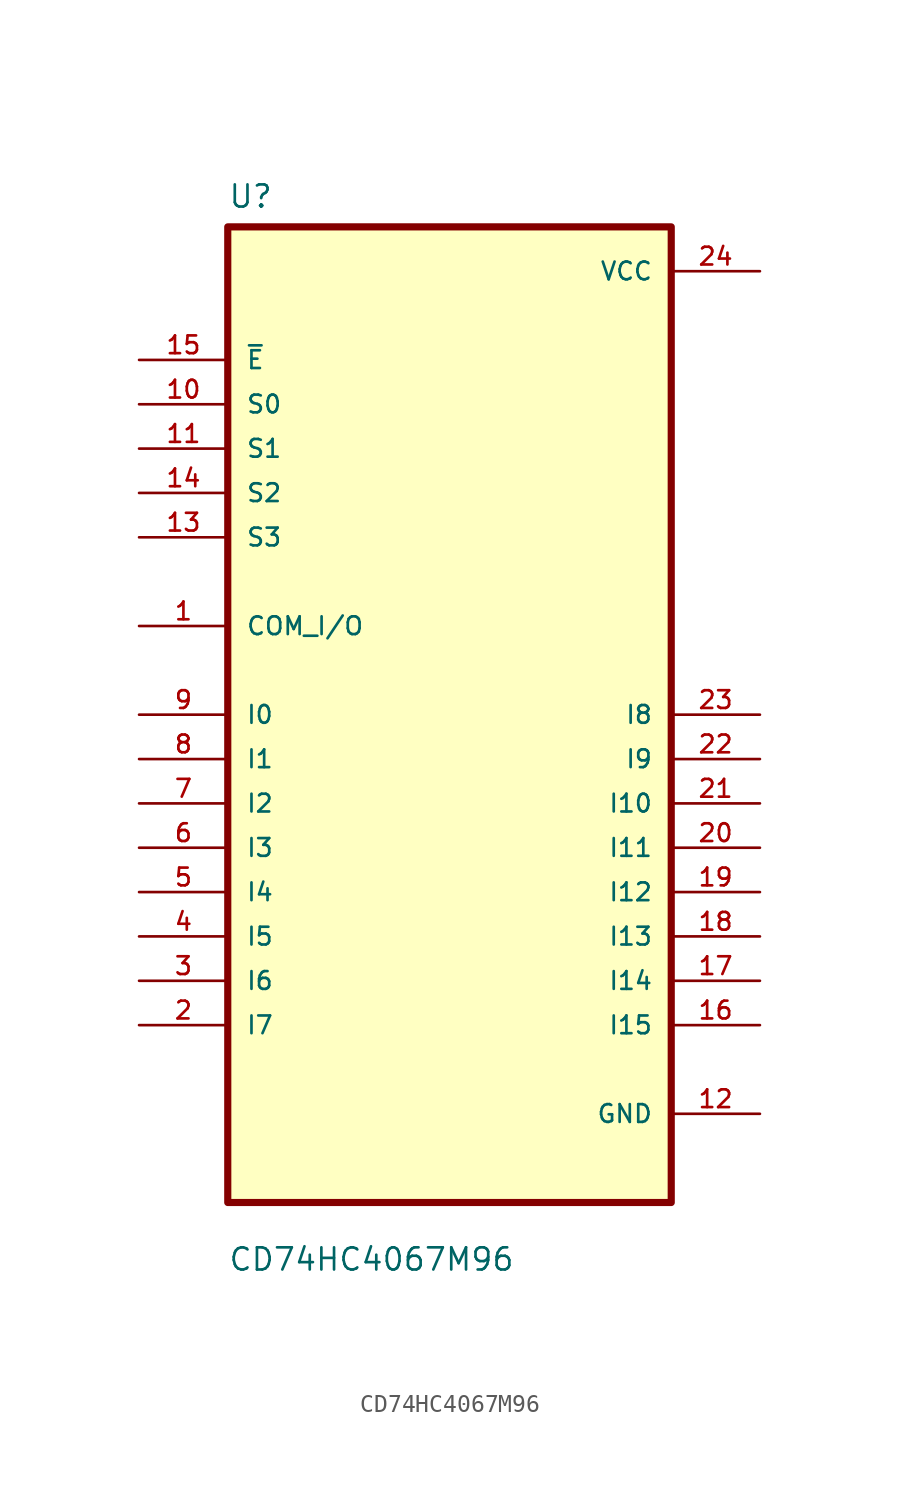
<source format=kicad_sym>
(kicad_symbol_lib
  (version 20241209)
  (generator "kicad_symbol_editor")
  (generator_version "9.0")
  (symbol "CD74HC4067M96"
    (pin_names
      (offset 1.016))
    (property "Reference" "U"
      (at -12.7 28.94 0)
      (effects (font (size 1.27 1.27)) (justify left bottom)))
    (property "Value" "CD74HC4067M96"
      (at -12.7 -31.94 0)
      (effects (font (size 1.27 1.27)) (justify left bottom)))
    (symbol "CD74HC4067M96_0_0"
      (rectangle (start -12.7 27.94) (end 12.7 -27.94) (stroke (width 0.41) (type default)) (fill (type background)))
      (pin input line (at -17.78 20.32 0) (length 5.08) (name "~{E}" (effects (font (size 1.016 1.016)))) (number "15" (effects (font (size 1.016 1.016)))))
      (pin input line (at -17.78 17.78 0) (length 5.08) (name "S0" (effects (font (size 1.016 1.016)))) (number "10" (effects (font (size 1.016 1.016)))))
      (pin input line (at -17.78 15.24 0) (length 5.08) (name "S1" (effects (font (size 1.016 1.016)))) (number "11" (effects (font (size 1.016 1.016)))))
      (pin input line (at -17.78 12.7 0) (length 5.08) (name "S2" (effects (font (size 1.016 1.016)))) (number "14" (effects (font (size 1.016 1.016)))))
      (pin input line (at -17.78 10.16 0) (length 5.08) (name "S3" (effects (font (size 1.016 1.016)))) (number "13" (effects (font (size 1.016 1.016)))))
      (pin bidirectional line (at -17.78 5.08 0) (length 5.08) (name "COM_I/O" (effects (font (size 1.016 1.016)))) (number "1" (effects (font (size 1.016 1.016)))))
      (pin bidirectional line (at -17.78 0 0) (length 5.08) (name "I0" (effects (font (size 1.016 1.016)))) (number "9" (effects (font (size 1.016 1.016)))))
      (pin bidirectional line (at -17.78 -2.54 0) (length 5.08) (name "I1" (effects (font (size 1.016 1.016)))) (number "8" (effects (font (size 1.016 1.016)))))
      (pin bidirectional line (at -17.78 -5.08 0) (length 5.08) (name "I2" (effects (font (size 1.016 1.016)))) (number "7" (effects (font (size 1.016 1.016)))))
      (pin bidirectional line (at -17.78 -7.62 0) (length 5.08) (name "I3" (effects (font (size 1.016 1.016)))) (number "6" (effects (font (size 1.016 1.016)))))
      (pin bidirectional line (at -17.78 -10.16 0) (length 5.08) (name "I4" (effects (font (size 1.016 1.016)))) (number "5" (effects (font (size 1.016 1.016)))))
      (pin bidirectional line (at -17.78 -12.7 0) (length 5.08) (name "I5" (effects (font (size 1.016 1.016)))) (number "4" (effects (font (size 1.016 1.016)))))
      (pin bidirectional line (at -17.78 -15.24 0) (length 5.08) (name "I6" (effects (font (size 1.016 1.016)))) (number "3" (effects (font (size 1.016 1.016)))))
      (pin bidirectional line (at -17.78 -17.78 0) (length 5.08) (name "I7" (effects (font (size 1.016 1.016)))) (number "2" (effects (font (size 1.016 1.016)))))
      (pin power_in line (at 17.78 25.4 180) (length 5.08) (name "VCC" (effects (font (size 1.016 1.016)))) (number "24" (effects (font (size 1.016 1.016)))))
      (pin bidirectional line (at 17.78 0 180) (length 5.08) (name "I8" (effects (font (size 1.016 1.016)))) (number "23" (effects (font (size 1.016 1.016)))))
      (pin bidirectional line (at 17.78 -2.54 180) (length 5.08) (name "I9" (effects (font (size 1.016 1.016)))) (number "22" (effects (font (size 1.016 1.016)))))
      (pin bidirectional line (at 17.78 -5.08 180) (length 5.08) (name "I10" (effects (font (size 1.016 1.016)))) (number "21" (effects (font (size 1.016 1.016)))))
      (pin bidirectional line (at 17.78 -7.62 180) (length 5.08) (name "I11" (effects (font (size 1.016 1.016)))) (number "20" (effects (font (size 1.016 1.016)))))
      (pin bidirectional line (at 17.78 -10.16 180) (length 5.08) (name "I12" (effects (font (size 1.016 1.016)))) (number "19" (effects (font (size 1.016 1.016)))))
      (pin bidirectional line (at 17.78 -12.7 180) (length 5.08) (name "I13" (effects (font (size 1.016 1.016)))) (number "18" (effects (font (size 1.016 1.016)))))
      (pin bidirectional line (at 17.78 -15.24 180) (length 5.08) (name "I14" (effects (font (size 1.016 1.016)))) (number "17" (effects (font (size 1.016 1.016)))))
      (pin bidirectional line (at 17.78 -17.78 180) (length 5.08) (name "I15" (effects (font (size 1.016 1.016)))) (number "16" (effects (font (size 1.016 1.016)))))
      (pin power_in line (at 17.78 -22.86 180) (length 5.08) (name "GND" (effects (font (size 1.016 1.016)))) (number "12" (effects (font (size 1.016 1.016))))))))
</source>
